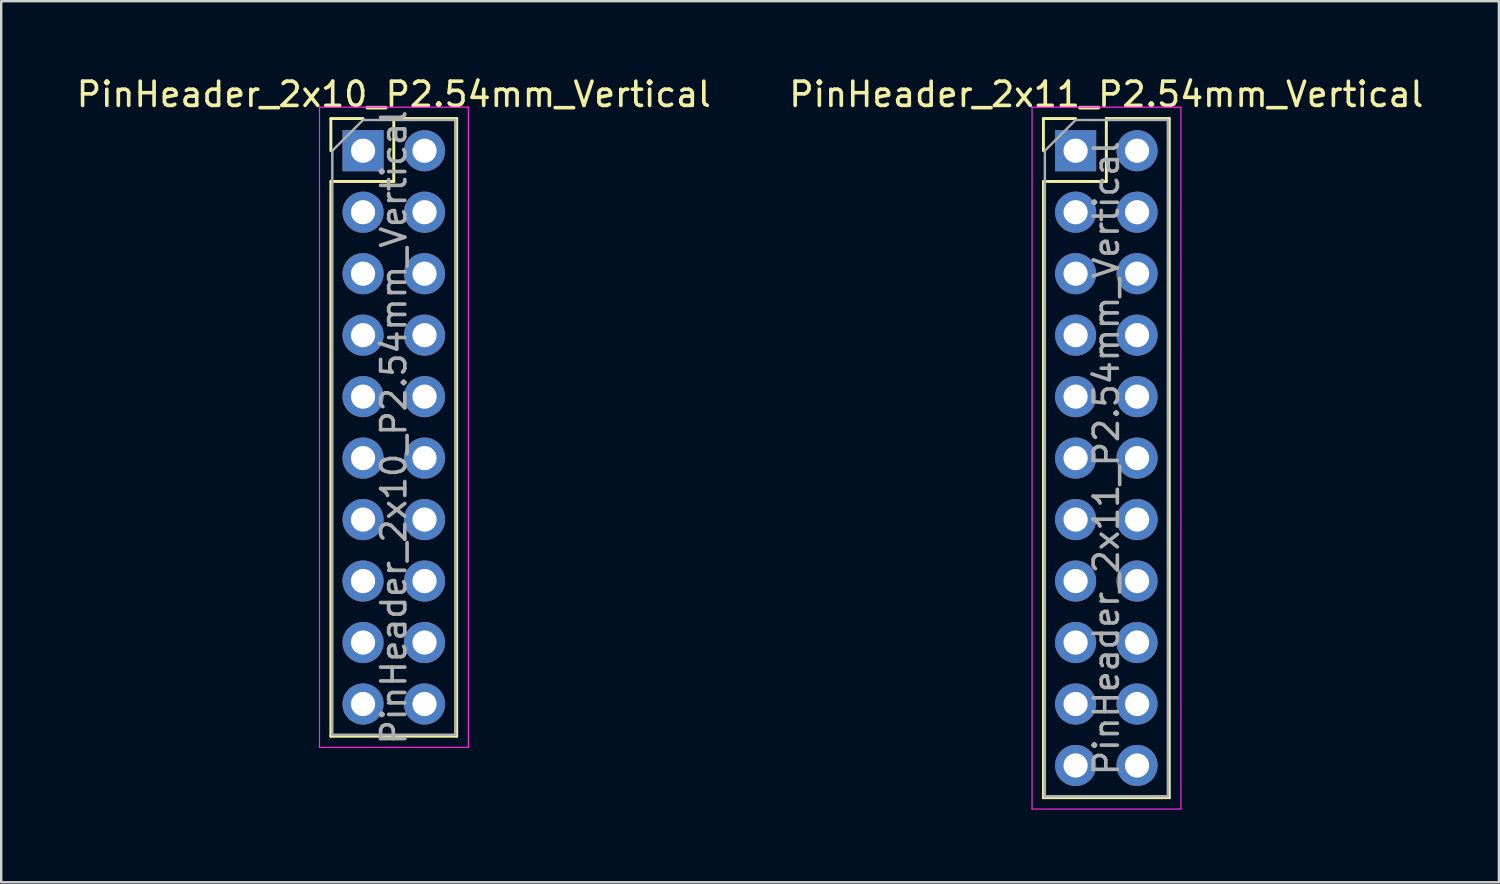
<source format=kicad_pcb>
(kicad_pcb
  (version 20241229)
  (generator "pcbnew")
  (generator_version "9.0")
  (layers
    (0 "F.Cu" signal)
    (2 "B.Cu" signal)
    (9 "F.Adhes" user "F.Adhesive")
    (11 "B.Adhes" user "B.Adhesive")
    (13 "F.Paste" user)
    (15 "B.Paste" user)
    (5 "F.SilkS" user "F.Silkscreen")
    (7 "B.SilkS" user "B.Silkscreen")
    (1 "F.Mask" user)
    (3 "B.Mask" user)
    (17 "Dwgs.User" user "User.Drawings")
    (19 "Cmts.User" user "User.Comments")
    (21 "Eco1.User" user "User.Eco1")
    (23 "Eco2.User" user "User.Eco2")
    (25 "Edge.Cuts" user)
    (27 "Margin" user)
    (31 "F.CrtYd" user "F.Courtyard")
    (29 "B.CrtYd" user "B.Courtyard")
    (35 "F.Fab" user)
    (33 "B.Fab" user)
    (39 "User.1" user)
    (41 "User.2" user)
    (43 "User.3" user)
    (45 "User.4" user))
  (footprint "PinHeader_2x11_P2.54mm_Vertical"
    (layer "F.Cu")
    (at 41.391 3.178)
    (property "Reference" "PinHeader_2x11_P2.54mm_Vertical" (at 1.27 -2.33 0) (layer "F.SilkS") (effects (font (size 1 1) (thickness 0.15))))
    (attr through_hole)
    (fp_line (start -1.33 -1.33) (end 0 -1.33) (stroke (width 0.12) (type solid)) (layer "F.SilkS"))
    (fp_line (start -1.33 0) (end -1.33 -1.33) (stroke (width 0.12) (type solid)) (layer "F.SilkS"))
    (fp_line (start -1.33 1.27) (end -1.33 26.73) (stroke (width 0.12) (type solid)) (layer "F.SilkS"))
    (fp_line (start -1.33 1.27) (end 1.27 1.27) (stroke (width 0.12) (type solid)) (layer "F.SilkS"))
    (fp_line (start -1.33 26.73) (end 3.87 26.73) (stroke (width 0.12) (type solid)) (layer "F.SilkS"))
    (fp_line (start 1.27 -1.33) (end 3.87 -1.33) (stroke (width 0.12) (type solid)) (layer "F.SilkS"))
    (fp_line (start 1.27 1.27) (end 1.27 -1.33) (stroke (width 0.12) (type solid)) (layer "F.SilkS"))
    (fp_line (start 3.87 -1.33) (end 3.87 26.73) (stroke (width 0.12) (type solid)) (layer "F.SilkS"))
    (fp_line (start -1.8 -1.8) (end -1.8 27.2) (stroke (width 0.05) (type solid)) (layer "F.CrtYd"))
    (fp_line (start -1.8 27.2) (end 4.35 27.2) (stroke (width 0.05) (type solid)) (layer "F.CrtYd"))
    (fp_line (start 4.35 -1.8) (end -1.8 -1.8) (stroke (width 0.05) (type solid)) (layer "F.CrtYd"))
    (fp_line (start 4.35 27.2) (end 4.35 -1.8) (stroke (width 0.05) (type solid)) (layer "F.CrtYd"))
    (fp_line (start -1.27 0) (end 0 -1.27) (stroke (width 0.1) (type solid)) (layer "F.Fab"))
    (fp_line (start -1.27 26.67) (end -1.27 0) (stroke (width 0.1) (type solid)) (layer "F.Fab"))
    (fp_line (start 0 -1.27) (end 3.81 -1.27) (stroke (width 0.1) (type solid)) (layer "F.Fab"))
    (fp_line (start 3.81 -1.27) (end 3.81 26.67) (stroke (width 0.1) (type solid)) (layer "F.Fab"))
    (fp_line (start 3.81 26.67) (end -1.27 26.67) (stroke (width 0.1) (type solid)) (layer "F.Fab"))
    (fp_text user "${REFERENCE}" (at 1.27 12.7 90) (layer "F.Fab") (effects (font (size 1 1) (thickness 0.15))))
    (pad "1" thru_hole rect (at 0 0) (size 1.7 1.7) (drill 1) (layers "*.Cu" "*.Mask"))
    (pad "2" thru_hole oval (at 2.54 0) (size 1.7 1.7) (drill 1) (layers "*.Cu" "*.Mask"))
    (pad "3" thru_hole oval (at 0 2.54) (size 1.7 1.7) (drill 1) (layers "*.Cu" "*.Mask"))
    (pad "4" thru_hole oval (at 2.54 2.54) (size 1.7 1.7) (drill 1) (layers "*.Cu" "*.Mask"))
    (pad "5" thru_hole oval (at 0 5.08) (size 1.7 1.7) (drill 1) (layers "*.Cu" "*.Mask"))
    (pad "6" thru_hole oval (at 2.54 5.08) (size 1.7 1.7) (drill 1) (layers "*.Cu" "*.Mask"))
    (pad "7" thru_hole oval (at 0 7.62) (size 1.7 1.7) (drill 1) (layers "*.Cu" "*.Mask"))
    (pad "8" thru_hole oval (at 2.54 7.62) (size 1.7 1.7) (drill 1) (layers "*.Cu" "*.Mask"))
    (pad "9" thru_hole oval (at 0 10.16) (size 1.7 1.7) (drill 1) (layers "*.Cu" "*.Mask"))
    (pad "10" thru_hole oval (at 2.54 10.16) (size 1.7 1.7) (drill 1) (layers "*.Cu" "*.Mask"))
    (pad "11" thru_hole oval (at 0 12.7) (size 1.7 1.7) (drill 1) (layers "*.Cu" "*.Mask"))
    (pad "12" thru_hole oval (at 2.54 12.7) (size 1.7 1.7) (drill 1) (layers "*.Cu" "*.Mask"))
    (pad "13" thru_hole oval (at 0 15.24) (size 1.7 1.7) (drill 1) (layers "*.Cu" "*.Mask"))
    (pad "14" thru_hole oval (at 2.54 15.24) (size 1.7 1.7) (drill 1) (layers "*.Cu" "*.Mask"))
    (pad "15" thru_hole oval (at 0 17.78) (size 1.7 1.7) (drill 1) (layers "*.Cu" "*.Mask"))
    (pad "16" thru_hole oval (at 2.54 17.78) (size 1.7 1.7) (drill 1) (layers "*.Cu" "*.Mask"))
    (pad "17" thru_hole oval (at 0 20.32) (size 1.7 1.7) (drill 1) (layers "*.Cu" "*.Mask"))
    (pad "18" thru_hole oval (at 2.54 20.32) (size 1.7 1.7) (drill 1) (layers "*.Cu" "*.Mask"))
    (pad "19" thru_hole oval (at 0 22.86) (size 1.7 1.7) (drill 1) (layers "*.Cu" "*.Mask"))
    (pad "20" thru_hole oval (at 2.54 22.86) (size 1.7 1.7) (drill 1) (layers "*.Cu" "*.Mask"))
    (pad "21" thru_hole oval (at 0 25.4) (size 1.7 1.7) (drill 1) (layers "*.Cu" "*.Mask"))
    (pad "22" thru_hole oval (at 2.54 25.4) (size 1.7 1.7) (drill 1) (layers "*.Cu" "*.Mask")))
  (footprint "PinHeader_2x10_P2.54mm_Vertical"
    (layer "F.Cu")
    (at 11.95 3.178)
    (property "Reference" "PinHeader_2x10_P2.54mm_Vertical" (at 1.27 -2.33 0) (layer "F.SilkS") (effects (font (size 1 1) (thickness 0.15))))
    (attr through_hole)
    (fp_line (start -1.33 -1.33) (end 0 -1.33) (stroke (width 0.12) (type solid)) (layer "F.SilkS"))
    (fp_line (start -1.33 0) (end -1.33 -1.33) (stroke (width 0.12) (type solid)) (layer "F.SilkS"))
    (fp_line (start -1.33 1.27) (end -1.33 24.19) (stroke (width 0.12) (type solid)) (layer "F.SilkS"))
    (fp_line (start -1.33 1.27) (end 1.27 1.27) (stroke (width 0.12) (type solid)) (layer "F.SilkS"))
    (fp_line (start -1.33 24.19) (end 3.87 24.19) (stroke (width 0.12) (type solid)) (layer "F.SilkS"))
    (fp_line (start 1.27 -1.33) (end 3.87 -1.33) (stroke (width 0.12) (type solid)) (layer "F.SilkS"))
    (fp_line (start 1.27 1.27) (end 1.27 -1.33) (stroke (width 0.12) (type solid)) (layer "F.SilkS"))
    (fp_line (start 3.87 -1.33) (end 3.87 24.19) (stroke (width 0.12) (type solid)) (layer "F.SilkS"))
    (fp_line (start -1.8 -1.8) (end -1.8 24.65) (stroke (width 0.05) (type solid)) (layer "F.CrtYd"))
    (fp_line (start -1.8 24.65) (end 4.35 24.65) (stroke (width 0.05) (type solid)) (layer "F.CrtYd"))
    (fp_line (start 4.35 -1.8) (end -1.8 -1.8) (stroke (width 0.05) (type solid)) (layer "F.CrtYd"))
    (fp_line (start 4.35 24.65) (end 4.35 -1.8) (stroke (width 0.05) (type solid)) (layer "F.CrtYd"))
    (fp_line (start -1.27 0) (end 0 -1.27) (stroke (width 0.1) (type solid)) (layer "F.Fab"))
    (fp_line (start -1.27 24.13) (end -1.27 0) (stroke (width 0.1) (type solid)) (layer "F.Fab"))
    (fp_line (start 0 -1.27) (end 3.81 -1.27) (stroke (width 0.1) (type solid)) (layer "F.Fab"))
    (fp_line (start 3.81 -1.27) (end 3.81 24.13) (stroke (width 0.1) (type solid)) (layer "F.Fab"))
    (fp_line (start 3.81 24.13) (end -1.27 24.13) (stroke (width 0.1) (type solid)) (layer "F.Fab"))
    (fp_text user "${REFERENCE}" (at 1.27 11.43 90) (layer "F.Fab") (effects (font (size 1 1) (thickness 0.15))))
    (pad "1" thru_hole rect (at 0 0) (size 1.7 1.7) (drill 1) (layers "*.Cu" "*.Mask"))
    (pad "2" thru_hole oval (at 2.54 0) (size 1.7 1.7) (drill 1) (layers "*.Cu" "*.Mask"))
    (pad "3" thru_hole oval (at 0 2.54) (size 1.7 1.7) (drill 1) (layers "*.Cu" "*.Mask"))
    (pad "4" thru_hole oval (at 2.54 2.54) (size 1.7 1.7) (drill 1) (layers "*.Cu" "*.Mask"))
    (pad "5" thru_hole oval (at 0 5.08) (size 1.7 1.7) (drill 1) (layers "*.Cu" "*.Mask"))
    (pad "6" thru_hole oval (at 2.54 5.08) (size 1.7 1.7) (drill 1) (layers "*.Cu" "*.Mask"))
    (pad "7" thru_hole oval (at 0 7.62) (size 1.7 1.7) (drill 1) (layers "*.Cu" "*.Mask"))
    (pad "8" thru_hole oval (at 2.54 7.62) (size 1.7 1.7) (drill 1) (layers "*.Cu" "*.Mask"))
    (pad "9" thru_hole oval (at 0 10.16) (size 1.7 1.7) (drill 1) (layers "*.Cu" "*.Mask"))
    (pad "10" thru_hole oval (at 2.54 10.16) (size 1.7 1.7) (drill 1) (layers "*.Cu" "*.Mask"))
    (pad "11" thru_hole oval (at 0 12.7) (size 1.7 1.7) (drill 1) (layers "*.Cu" "*.Mask"))
    (pad "12" thru_hole oval (at 2.54 12.7) (size 1.7 1.7) (drill 1) (layers "*.Cu" "*.Mask"))
    (pad "13" thru_hole oval (at 0 15.24) (size 1.7 1.7) (drill 1) (layers "*.Cu" "*.Mask"))
    (pad "14" thru_hole oval (at 2.54 15.24) (size 1.7 1.7) (drill 1) (layers "*.Cu" "*.Mask"))
    (pad "15" thru_hole oval (at 0 17.78) (size 1.7 1.7) (drill 1) (layers "*.Cu" "*.Mask"))
    (pad "16" thru_hole oval (at 2.54 17.78) (size 1.7 1.7) (drill 1) (layers "*.Cu" "*.Mask"))
    (pad "17" thru_hole oval (at 0 20.32) (size 1.7 1.7) (drill 1) (layers "*.Cu" "*.Mask"))
    (pad "18" thru_hole oval (at 2.54 20.32) (size 1.7 1.7) (drill 1) (layers "*.Cu" "*.Mask"))
    (pad "19" thru_hole oval (at 0 22.86) (size 1.7 1.7) (drill 1) (layers "*.Cu" "*.Mask"))
    (pad "20" thru_hole oval (at 2.54 22.86) (size 1.7 1.7) (drill 1) (layers "*.Cu" "*.Mask")))
  (gr_rect
    (start -3 -3)
    (end 58.881 33.403)
    (stroke (width 0.1) (type default))
    (fill no)
    (layer "Edge.Cuts")))
</source>
